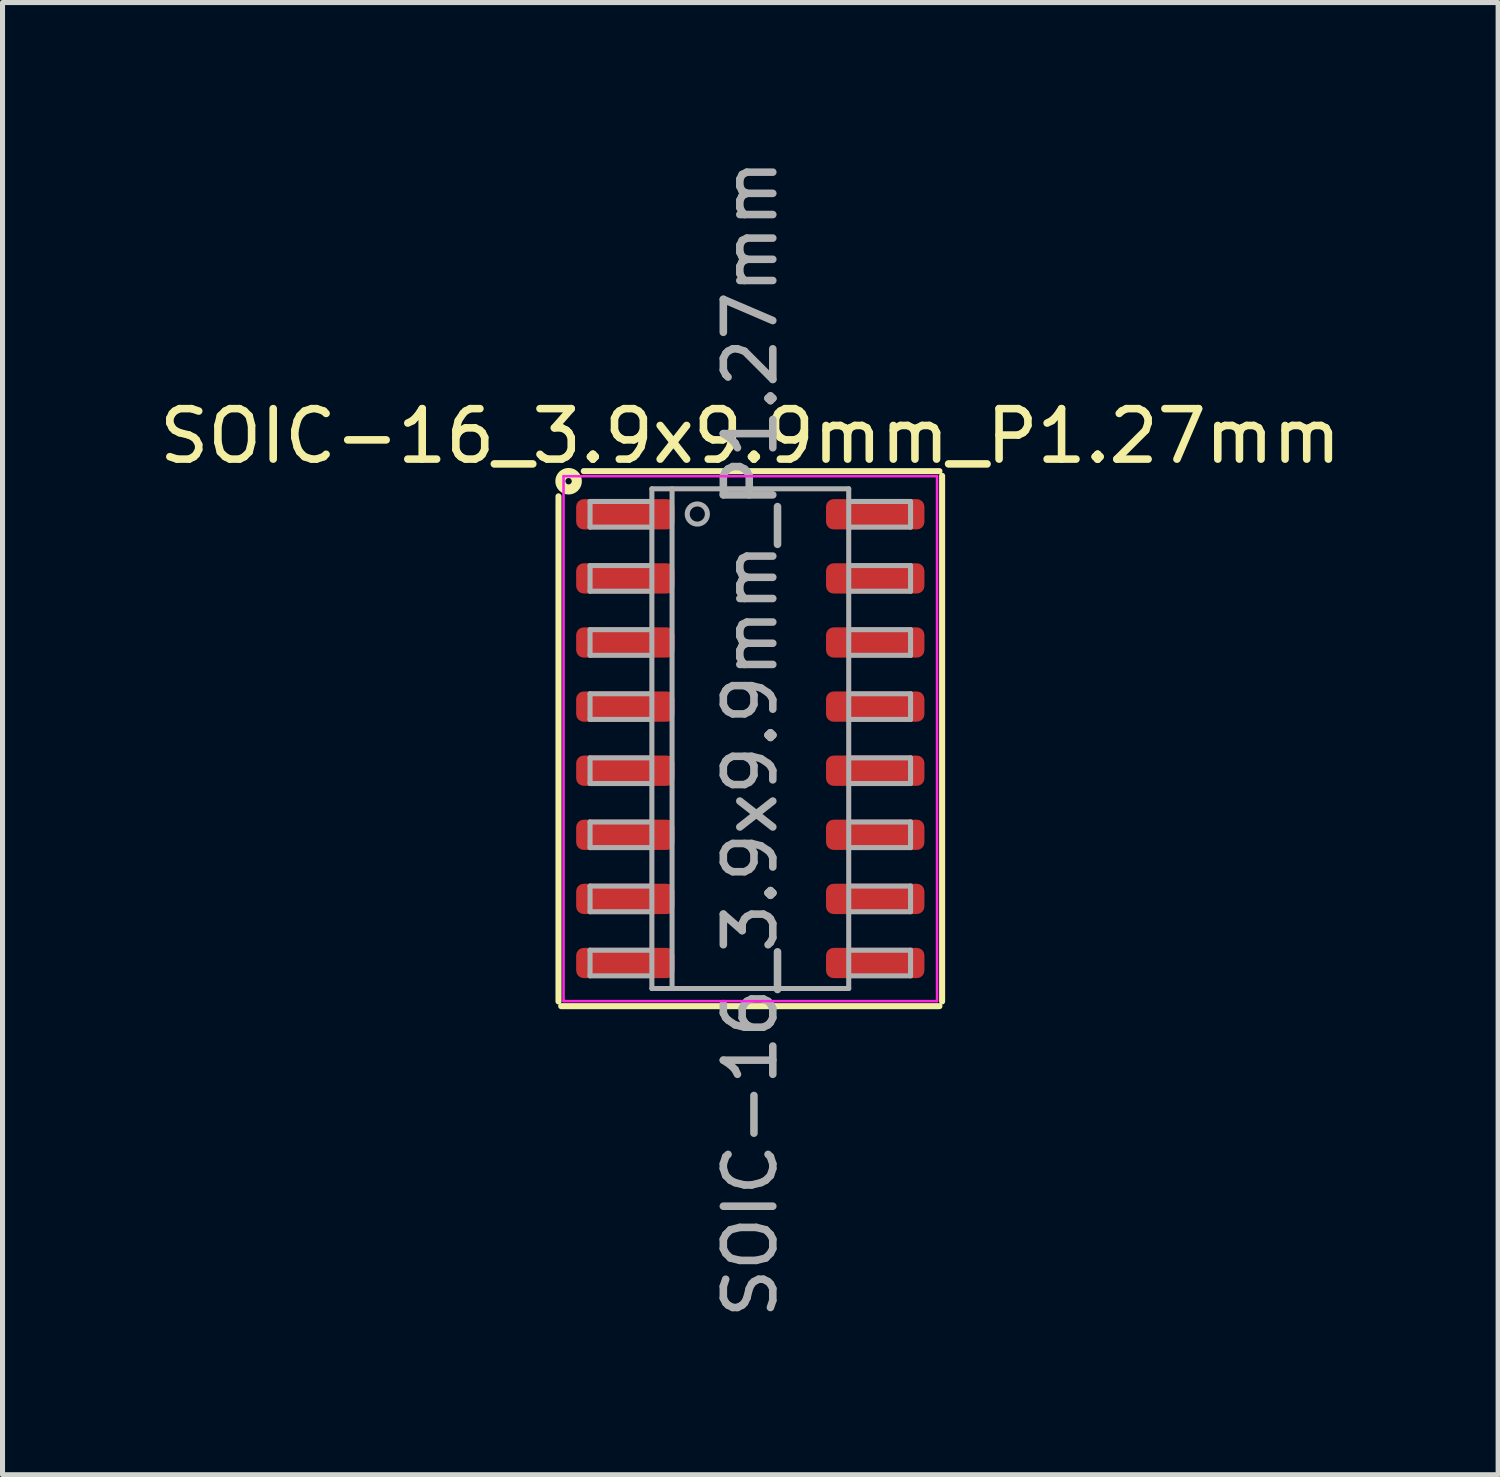
<source format=kicad_pcb>
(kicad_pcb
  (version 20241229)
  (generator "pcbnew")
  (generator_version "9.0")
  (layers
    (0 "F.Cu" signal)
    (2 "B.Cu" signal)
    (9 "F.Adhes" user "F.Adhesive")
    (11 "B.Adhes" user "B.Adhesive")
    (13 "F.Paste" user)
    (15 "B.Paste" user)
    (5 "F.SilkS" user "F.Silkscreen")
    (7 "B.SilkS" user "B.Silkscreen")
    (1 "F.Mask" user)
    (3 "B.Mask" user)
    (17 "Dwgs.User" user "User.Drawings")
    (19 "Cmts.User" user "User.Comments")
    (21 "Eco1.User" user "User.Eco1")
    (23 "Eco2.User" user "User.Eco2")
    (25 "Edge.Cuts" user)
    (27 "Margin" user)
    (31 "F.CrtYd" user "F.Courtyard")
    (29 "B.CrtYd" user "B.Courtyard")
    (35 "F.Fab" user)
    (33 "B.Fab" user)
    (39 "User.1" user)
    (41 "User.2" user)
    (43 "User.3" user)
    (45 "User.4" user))
  (footprint "SOIC-16_3.9x9.9mm_P1.27mm"
    (layer "F.Cu")
    (at 11.815 11.584)
    (property "Reference" "SOIC-16_3.9x9.9mm_P1.27mm" (at 0 -5.993 0) (layer "F.SilkS") (effects (font (size 1 1) (thickness 0.15))))
    (attr smd)
    (fp_line (start -3.8 -4.8) (end -3.8 5.207) (stroke (width 0.12) (type solid)) (layer "F.SilkS"))
    (fp_line (start -3.747 5.3) (end 3.747 5.3) (stroke (width 0.12) (type solid)) (layer "F.SilkS"))
    (fp_line (start 3.747 -5.3) (end -3.3 -5.3) (stroke (width 0.12) (type solid)) (layer "F.SilkS"))
    (fp_line (start 3.8 5.207) (end 3.8 -5.207) (stroke (width 0.12) (type solid)) (layer "F.SilkS"))
    (fp_circle (center -3.6 -5.1) (end -3.537 -5.1) (stroke (width 0.2) (type solid)) (fill no) (layer "F.SilkS"))
    (fp_line (start -3.7 -5.2) (end -3.7 5.2) (stroke (width 0.05) (type solid)) (layer "F.CrtYd"))
    (fp_line (start -3.7 5.2) (end 3.7 5.2) (stroke (width 0.05) (type solid)) (layer "F.CrtYd"))
    (fp_line (start 3.7 -5.2) (end -3.7 -5.2) (stroke (width 0.05) (type solid)) (layer "F.CrtYd"))
    (fp_line (start 3.7 5.2) (end 3.7 -5.2) (stroke (width 0.05) (type solid)) (layer "F.CrtYd"))
    (fp_line (start -3.175 -4.699) (end -3.175 -4.191) (stroke (width 0.1) (type solid)) (layer "F.Fab"))
    (fp_line (start -3.175 -4.699) (end -1.968 -4.699) (stroke (width 0.1) (type solid)) (layer "F.Fab"))
    (fp_line (start -3.175 -4.191) (end -1.968 -4.191) (stroke (width 0.1) (type solid)) (layer "F.Fab"))
    (fp_line (start -3.175 -3.429) (end -3.175 -2.921) (stroke (width 0.1) (type solid)) (layer "F.Fab"))
    (fp_line (start -3.175 -3.429) (end -1.968 -3.429) (stroke (width 0.1) (type solid)) (layer "F.Fab"))
    (fp_line (start -3.175 -2.921) (end -1.968 -2.921) (stroke (width 0.1) (type solid)) (layer "F.Fab"))
    (fp_line (start -3.175 -2.159) (end -3.175 -1.651) (stroke (width 0.1) (type solid)) (layer "F.Fab"))
    (fp_line (start -3.175 -2.159) (end -1.968 -2.159) (stroke (width 0.1) (type solid)) (layer "F.Fab"))
    (fp_line (start -3.175 -1.651) (end -1.968 -1.651) (stroke (width 0.1) (type solid)) (layer "F.Fab"))
    (fp_line (start -3.175 -0.889) (end -3.175 -0.381) (stroke (width 0.1) (type solid)) (layer "F.Fab"))
    (fp_line (start -3.175 -0.889) (end -1.968 -0.889) (stroke (width 0.1) (type solid)) (layer "F.Fab"))
    (fp_line (start -3.175 -0.381) (end -1.968 -0.381) (stroke (width 0.1) (type solid)) (layer "F.Fab"))
    (fp_line (start -3.175 0.381) (end -3.175 0.889) (stroke (width 0.1) (type solid)) (layer "F.Fab"))
    (fp_line (start -3.175 0.381) (end -1.968 0.381) (stroke (width 0.1) (type solid)) (layer "F.Fab"))
    (fp_line (start -3.175 0.889) (end -1.968 0.889) (stroke (width 0.1) (type solid)) (layer "F.Fab"))
    (fp_line (start -3.175 1.651) (end -3.175 2.159) (stroke (width 0.1) (type solid)) (layer "F.Fab"))
    (fp_line (start -3.175 1.651) (end -1.968 1.651) (stroke (width 0.1) (type solid)) (layer "F.Fab"))
    (fp_line (start -3.175 2.159) (end -1.968 2.159) (stroke (width 0.1) (type solid)) (layer "F.Fab"))
    (fp_line (start -3.175 2.921) (end -3.175 3.429) (stroke (width 0.1) (type solid)) (layer "F.Fab"))
    (fp_line (start -3.175 2.921) (end -1.968 2.921) (stroke (width 0.1) (type solid)) (layer "F.Fab"))
    (fp_line (start -3.175 3.429) (end -1.968 3.429) (stroke (width 0.1) (type solid)) (layer "F.Fab"))
    (fp_line (start -3.175 4.191) (end -3.175 4.699) (stroke (width 0.1) (type solid)) (layer "F.Fab"))
    (fp_line (start -3.175 4.191) (end -1.968 4.191) (stroke (width 0.1) (type solid)) (layer "F.Fab"))
    (fp_line (start -3.175 4.699) (end -1.968 4.699) (stroke (width 0.1) (type solid)) (layer "F.Fab"))
    (fp_line (start -1.95 -4.95) (end 1.95 -4.95) (stroke (width 0.1) (type solid)) (layer "F.Fab"))
    (fp_line (start -1.95 4.95) (end -1.95 -4.95) (stroke (width 0.1) (type solid)) (layer "F.Fab"))
    (fp_line (start -1.55 -4.95) (end -1.55 4.95) (stroke (width 0.1) (type solid)) (layer "F.Fab"))
    (fp_line (start 1.95 -4.95) (end 1.95 4.95) (stroke (width 0.1) (type solid)) (layer "F.Fab"))
    (fp_line (start 1.95 4.95) (end -1.95 4.95) (stroke (width 0.1) (type solid)) (layer "F.Fab"))
    (fp_line (start 3.175 -4.699) (end 1.968 -4.699) (stroke (width 0.1) (type solid)) (layer "F.Fab"))
    (fp_line (start 3.175 -4.191) (end 1.968 -4.191) (stroke (width 0.1) (type solid)) (layer "F.Fab"))
    (fp_line (start 3.175 -4.191) (end 3.175 -4.699) (stroke (width 0.1) (type solid)) (layer "F.Fab"))
    (fp_line (start 3.175 -3.429) (end 1.968 -3.429) (stroke (width 0.1) (type solid)) (layer "F.Fab"))
    (fp_line (start 3.175 -2.921) (end 1.968 -2.921) (stroke (width 0.1) (type solid)) (layer "F.Fab"))
    (fp_line (start 3.175 -2.921) (end 3.175 -3.429) (stroke (width 0.1) (type solid)) (layer "F.Fab"))
    (fp_line (start 3.175 -2.159) (end 1.968 -2.159) (stroke (width 0.1) (type solid)) (layer "F.Fab"))
    (fp_line (start 3.175 -1.651) (end 1.968 -1.651) (stroke (width 0.1) (type solid)) (layer "F.Fab"))
    (fp_line (start 3.175 -1.651) (end 3.175 -2.159) (stroke (width 0.1) (type solid)) (layer "F.Fab"))
    (fp_line (start 3.175 -0.889) (end 1.968 -0.889) (stroke (width 0.1) (type solid)) (layer "F.Fab"))
    (fp_line (start 3.175 -0.381) (end 1.968 -0.381) (stroke (width 0.1) (type solid)) (layer "F.Fab"))
    (fp_line (start 3.175 -0.381) (end 3.175 -0.889) (stroke (width 0.1) (type solid)) (layer "F.Fab"))
    (fp_line (start 3.175 0.381) (end 1.968 0.381) (stroke (width 0.1) (type solid)) (layer "F.Fab"))
    (fp_line (start 3.175 0.889) (end 1.968 0.889) (stroke (width 0.1) (type solid)) (layer "F.Fab"))
    (fp_line (start 3.175 0.889) (end 3.175 0.381) (stroke (width 0.1) (type solid)) (layer "F.Fab"))
    (fp_line (start 3.175 1.651) (end 1.968 1.651) (stroke (width 0.1) (type solid)) (layer "F.Fab"))
    (fp_line (start 3.175 2.159) (end 1.968 2.159) (stroke (width 0.1) (type solid)) (layer "F.Fab"))
    (fp_line (start 3.175 2.159) (end 3.175 1.651) (stroke (width 0.1) (type solid)) (layer "F.Fab"))
    (fp_line (start 3.175 2.921) (end 1.968 2.921) (stroke (width 0.1) (type solid)) (layer "F.Fab"))
    (fp_line (start 3.175 3.429) (end 1.968 3.429) (stroke (width 0.1) (type solid)) (layer "F.Fab"))
    (fp_line (start 3.175 3.429) (end 3.175 2.921) (stroke (width 0.1) (type solid)) (layer "F.Fab"))
    (fp_line (start 3.175 4.191) (end 1.968 4.191) (stroke (width 0.1) (type solid)) (layer "F.Fab"))
    (fp_line (start 3.175 4.699) (end 1.968 4.699) (stroke (width 0.1) (type solid)) (layer "F.Fab"))
    (fp_line (start 3.175 4.699) (end 3.175 4.191) (stroke (width 0.1) (type solid)) (layer "F.Fab"))
    (fp_circle (center -1.05 -4.45) (end -0.85 -4.45) (stroke (width 0.1) (type solid)) (fill no) (layer "F.Fab"))
    (fp_text user "${REFERENCE}" (at 0 0 90) (layer "F.Fab") (effects (font (size 0.98 0.98) (thickness 0.15))))
    (pad "1" smd roundrect (at -2.475 -4.445) (size 1.95 0.6) (layers "F.Cu" "F.Mask" "F.Paste") (roundrect_rratio 0.25))
    (pad "2" smd roundrect (at -2.475 -3.175) (size 1.95 0.6) (layers "F.Cu" "F.Mask" "F.Paste") (roundrect_rratio 0.25))
    (pad "3" smd roundrect (at -2.475 -1.905) (size 1.95 0.6) (layers "F.Cu" "F.Mask" "F.Paste") (roundrect_rratio 0.25))
    (pad "4" smd roundrect (at -2.475 -0.635) (size 1.95 0.6) (layers "F.Cu" "F.Mask" "F.Paste") (roundrect_rratio 0.25))
    (pad "5" smd roundrect (at -2.475 0.635) (size 1.95 0.6) (layers "F.Cu" "F.Mask" "F.Paste") (roundrect_rratio 0.25))
    (pad "6" smd roundrect (at -2.475 1.905) (size 1.95 0.6) (layers "F.Cu" "F.Mask" "F.Paste") (roundrect_rratio 0.25))
    (pad "7" smd roundrect (at -2.475 3.175) (size 1.95 0.6) (layers "F.Cu" "F.Mask" "F.Paste") (roundrect_rratio 0.25))
    (pad "8" smd roundrect (at -2.475 4.445) (size 1.95 0.6) (layers "F.Cu" "F.Mask" "F.Paste") (roundrect_rratio 0.25))
    (pad "9" smd roundrect (at 2.475 4.445) (size 1.95 0.6) (layers "F.Cu" "F.Mask" "F.Paste") (roundrect_rratio 0.25))
    (pad "10" smd roundrect (at 2.475 3.175) (size 1.95 0.6) (layers "F.Cu" "F.Mask" "F.Paste") (roundrect_rratio 0.25))
    (pad "11" smd roundrect (at 2.475 1.905) (size 1.95 0.6) (layers "F.Cu" "F.Mask" "F.Paste") (roundrect_rratio 0.25))
    (pad "12" smd roundrect (at 2.475 0.635) (size 1.95 0.6) (layers "F.Cu" "F.Mask" "F.Paste") (roundrect_rratio 0.25))
    (pad "13" smd roundrect (at 2.475 -0.635) (size 1.95 0.6) (layers "F.Cu" "F.Mask" "F.Paste") (roundrect_rratio 0.25))
    (pad "14" smd roundrect (at 2.475 -1.905) (size 1.95 0.6) (layers "F.Cu" "F.Mask" "F.Paste") (roundrect_rratio 0.25))
    (pad "15" smd roundrect (at 2.475 -3.175) (size 1.95 0.6) (layers "F.Cu" "F.Mask" "F.Paste") (roundrect_rratio 0.25))
    (pad "16" smd roundrect (at 2.475 -4.445) (size 1.95 0.6) (layers "F.Cu" "F.Mask" "F.Paste") (roundrect_rratio 0.25)))
  (gr_rect
    (start -3 -3)
    (end 26.631 26.167)
    (stroke (width 0.1) (type default))
    (fill no)
    (layer "Edge.Cuts")))
</source>
